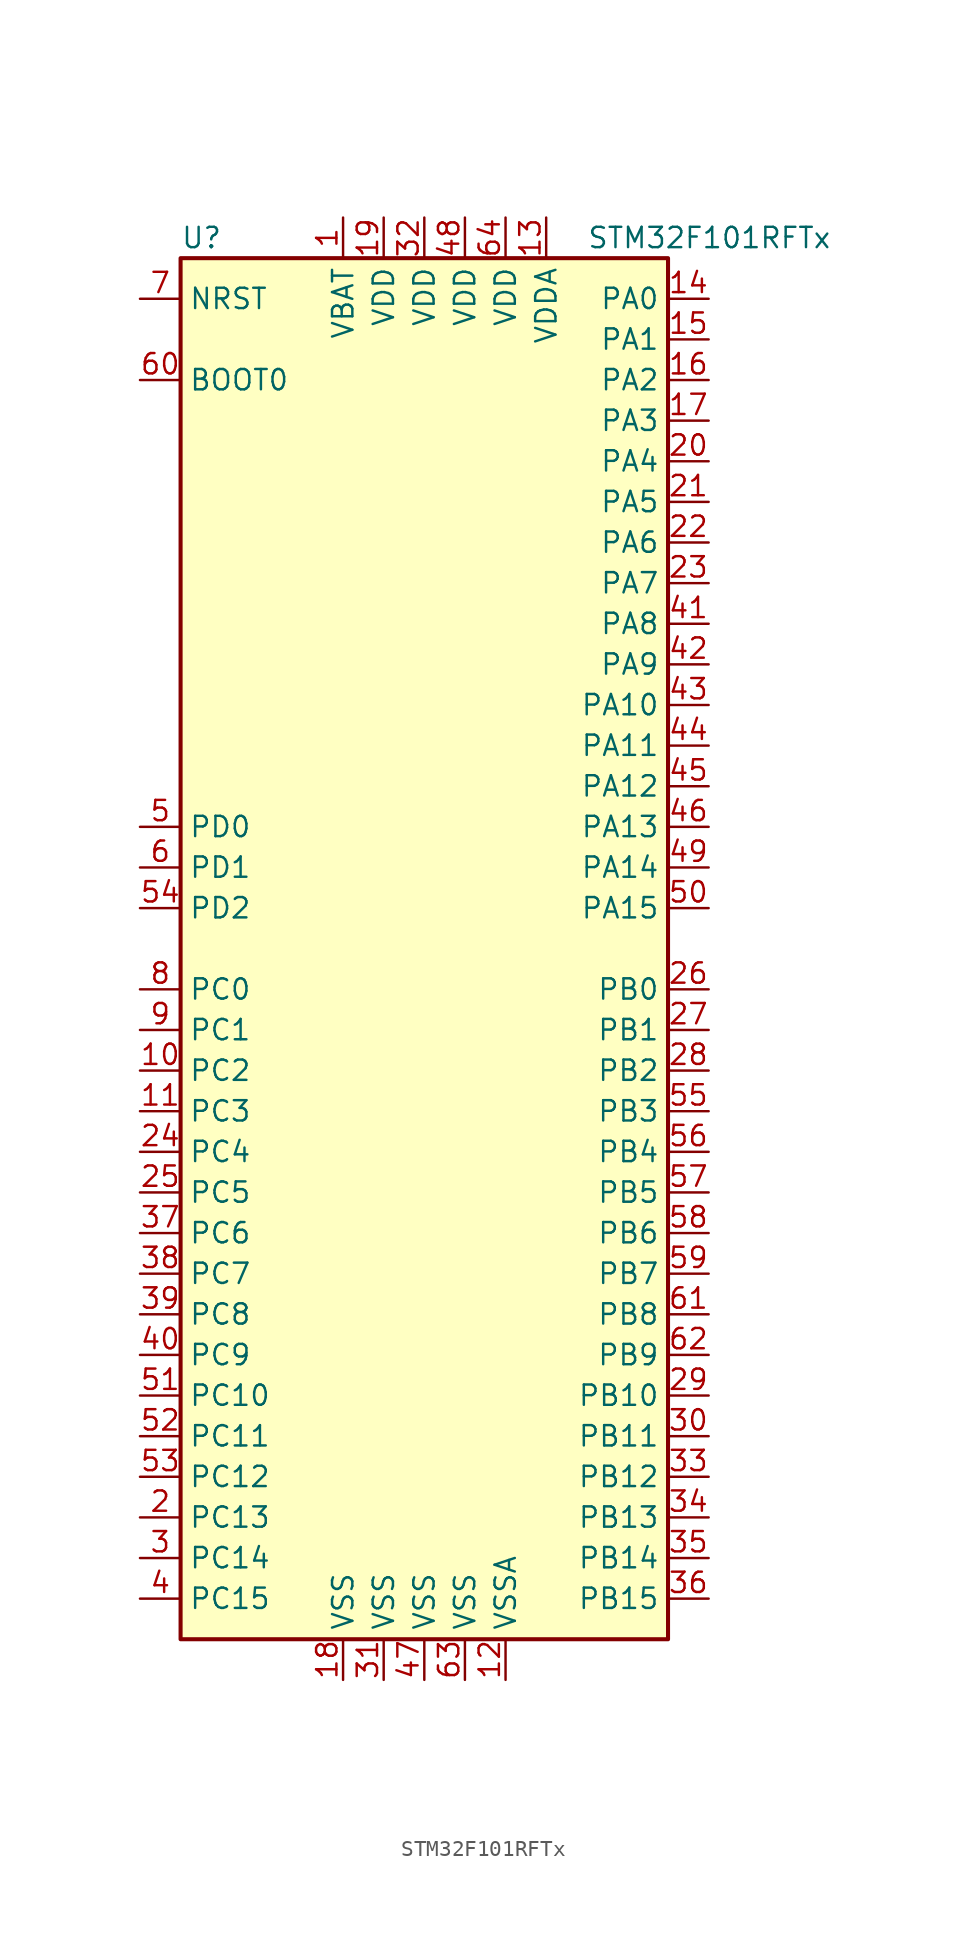
<source format=kicad_sym>
(kicad_symbol_lib
  (version 20201005)
  (generator kicad_symbol_editor)
  (symbol "STM32F101RFTx"
    (property "Reference" "U"
      (at -15.24 44.45 0)
      (effects (font (size 1.27 1.27)) (justify left)))
    (property "Value" "STM32F101RFTx"
      (at 10.16 44.45 0)
      (effects (font (size 1.27 1.27)) (justify left)))
    (symbol "STM32F101RFTx_0_1"
      (rectangle (start -15.24 -43.18) (end 15.24 43.18) (stroke (width 0.254)) (fill (type background))))
    (symbol "STM32F101RFTx_1_1"
      (pin power_in line (at -5.08 45.72 270) (length 2.54) (name "VBAT" (effects (font (size 1.27 1.27)))) (number "1" (effects (font (size 1.27 1.27)))))
      (pin bidirectional line (at -17.78 -7.62 0) (length 2.54) (name "PC2" (effects (font (size 1.27 1.27)))) (number "10" (effects (font (size 1.27 1.27)))))
      (pin bidirectional line (at -17.78 -10.16 0) (length 2.54) (name "PC3" (effects (font (size 1.27 1.27)))) (number "11" (effects (font (size 1.27 1.27)))))
      (pin power_in line (at 5.08 -45.72 90) (length 2.54) (name "VSSA" (effects (font (size 1.27 1.27)))) (number "12" (effects (font (size 1.27 1.27)))))
      (pin power_in line (at 7.62 45.72 270) (length 2.54) (name "VDDA" (effects (font (size 1.27 1.27)))) (number "13" (effects (font (size 1.27 1.27)))))
      (pin bidirectional line (at 17.78 40.64 180) (length 2.54) (name "PA0" (effects (font (size 1.27 1.27)))) (number "14" (effects (font (size 1.27 1.27)))))
      (pin bidirectional line (at 17.78 38.1 180) (length 2.54) (name "PA1" (effects (font (size 1.27 1.27)))) (number "15" (effects (font (size 1.27 1.27)))))
      (pin bidirectional line (at 17.78 35.56 180) (length 2.54) (name "PA2" (effects (font (size 1.27 1.27)))) (number "16" (effects (font (size 1.27 1.27)))))
      (pin bidirectional line (at 17.78 33.02 180) (length 2.54) (name "PA3" (effects (font (size 1.27 1.27)))) (number "17" (effects (font (size 1.27 1.27)))))
      (pin power_in line (at -5.08 -45.72 90) (length 2.54) (name "VSS" (effects (font (size 1.27 1.27)))) (number "18" (effects (font (size 1.27 1.27)))))
      (pin power_in line (at -2.54 45.72 270) (length 2.54) (name "VDD" (effects (font (size 1.27 1.27)))) (number "19" (effects (font (size 1.27 1.27)))))
      (pin bidirectional line (at -17.78 -35.56 0) (length 2.54) (name "PC13" (effects (font (size 1.27 1.27)))) (number "2" (effects (font (size 1.27 1.27)))))
      (pin bidirectional line (at 17.78 30.48 180) (length 2.54) (name "PA4" (effects (font (size 1.27 1.27)))) (number "20" (effects (font (size 1.27 1.27)))))
      (pin bidirectional line (at 17.78 27.94 180) (length 2.54) (name "PA5" (effects (font (size 1.27 1.27)))) (number "21" (effects (font (size 1.27 1.27)))))
      (pin bidirectional line (at 17.78 25.4 180) (length 2.54) (name "PA6" (effects (font (size 1.27 1.27)))) (number "22" (effects (font (size 1.27 1.27)))))
      (pin bidirectional line (at 17.78 22.86 180) (length 2.54) (name "PA7" (effects (font (size 1.27 1.27)))) (number "23" (effects (font (size 1.27 1.27)))))
      (pin bidirectional line (at -17.78 -12.7 0) (length 2.54) (name "PC4" (effects (font (size 1.27 1.27)))) (number "24" (effects (font (size 1.27 1.27)))))
      (pin bidirectional line (at -17.78 -15.24 0) (length 2.54) (name "PC5" (effects (font (size 1.27 1.27)))) (number "25" (effects (font (size 1.27 1.27)))))
      (pin bidirectional line (at 17.78 -2.54 180) (length 2.54) (name "PB0" (effects (font (size 1.27 1.27)))) (number "26" (effects (font (size 1.27 1.27)))))
      (pin bidirectional line (at 17.78 -5.08 180) (length 2.54) (name "PB1" (effects (font (size 1.27 1.27)))) (number "27" (effects (font (size 1.27 1.27)))))
      (pin bidirectional line (at 17.78 -7.62 180) (length 2.54) (name "PB2" (effects (font (size 1.27 1.27)))) (number "28" (effects (font (size 1.27 1.27)))))
      (pin bidirectional line (at 17.78 -27.94 180) (length 2.54) (name "PB10" (effects (font (size 1.27 1.27)))) (number "29" (effects (font (size 1.27 1.27)))))
      (pin bidirectional line (at -17.78 -38.1 0) (length 2.54) (name "PC14" (effects (font (size 1.27 1.27)))) (number "3" (effects (font (size 1.27 1.27)))))
      (pin bidirectional line (at 17.78 -30.48 180) (length 2.54) (name "PB11" (effects (font (size 1.27 1.27)))) (number "30" (effects (font (size 1.27 1.27)))))
      (pin power_in line (at -2.54 -45.72 90) (length 2.54) (name "VSS" (effects (font (size 1.27 1.27)))) (number "31" (effects (font (size 1.27 1.27)))))
      (pin power_in line (at 0 45.72 270) (length 2.54) (name "VDD" (effects (font (size 1.27 1.27)))) (number "32" (effects (font (size 1.27 1.27)))))
      (pin bidirectional line (at 17.78 -33.02 180) (length 2.54) (name "PB12" (effects (font (size 1.27 1.27)))) (number "33" (effects (font (size 1.27 1.27)))))
      (pin bidirectional line (at 17.78 -35.56 180) (length 2.54) (name "PB13" (effects (font (size 1.27 1.27)))) (number "34" (effects (font (size 1.27 1.27)))))
      (pin bidirectional line (at 17.78 -38.1 180) (length 2.54) (name "PB14" (effects (font (size 1.27 1.27)))) (number "35" (effects (font (size 1.27 1.27)))))
      (pin bidirectional line (at 17.78 -40.64 180) (length 2.54) (name "PB15" (effects (font (size 1.27 1.27)))) (number "36" (effects (font (size 1.27 1.27)))))
      (pin bidirectional line (at -17.78 -17.78 0) (length 2.54) (name "PC6" (effects (font (size 1.27 1.27)))) (number "37" (effects (font (size 1.27 1.27)))))
      (pin bidirectional line (at -17.78 -20.32 0) (length 2.54) (name "PC7" (effects (font (size 1.27 1.27)))) (number "38" (effects (font (size 1.27 1.27)))))
      (pin bidirectional line (at -17.78 -22.86 0) (length 2.54) (name "PC8" (effects (font (size 1.27 1.27)))) (number "39" (effects (font (size 1.27 1.27)))))
      (pin bidirectional line (at -17.78 -40.64 0) (length 2.54) (name "PC15" (effects (font (size 1.27 1.27)))) (number "4" (effects (font (size 1.27 1.27)))))
      (pin bidirectional line (at -17.78 -25.4 0) (length 2.54) (name "PC9" (effects (font (size 1.27 1.27)))) (number "40" (effects (font (size 1.27 1.27)))))
      (pin bidirectional line (at 17.78 20.32 180) (length 2.54) (name "PA8" (effects (font (size 1.27 1.27)))) (number "41" (effects (font (size 1.27 1.27)))))
      (pin bidirectional line (at 17.78 17.78 180) (length 2.54) (name "PA9" (effects (font (size 1.27 1.27)))) (number "42" (effects (font (size 1.27 1.27)))))
      (pin bidirectional line (at 17.78 15.24 180) (length 2.54) (name "PA10" (effects (font (size 1.27 1.27)))) (number "43" (effects (font (size 1.27 1.27)))))
      (pin bidirectional line (at 17.78 12.7 180) (length 2.54) (name "PA11" (effects (font (size 1.27 1.27)))) (number "44" (effects (font (size 1.27 1.27)))))
      (pin bidirectional line (at 17.78 10.16 180) (length 2.54) (name "PA12" (effects (font (size 1.27 1.27)))) (number "45" (effects (font (size 1.27 1.27)))))
      (pin bidirectional line (at 17.78 7.62 180) (length 2.54) (name "PA13" (effects (font (size 1.27 1.27)))) (number "46" (effects (font (size 1.27 1.27)))))
      (pin power_in line (at 0 -45.72 90) (length 2.54) (name "VSS" (effects (font (size 1.27 1.27)))) (number "47" (effects (font (size 1.27 1.27)))))
      (pin power_in line (at 2.54 45.72 270) (length 2.54) (name "VDD" (effects (font (size 1.27 1.27)))) (number "48" (effects (font (size 1.27 1.27)))))
      (pin bidirectional line (at 17.78 5.08 180) (length 2.54) (name "PA14" (effects (font (size 1.27 1.27)))) (number "49" (effects (font (size 1.27 1.27)))))
      (pin input line (at -17.78 7.62 0) (length 2.54) (name "PD0" (effects (font (size 1.27 1.27)))) (number "5" (effects (font (size 1.27 1.27)))))
      (pin bidirectional line (at 17.78 2.54 180) (length 2.54) (name "PA15" (effects (font (size 1.27 1.27)))) (number "50" (effects (font (size 1.27 1.27)))))
      (pin bidirectional line (at -17.78 -27.94 0) (length 2.54) (name "PC10" (effects (font (size 1.27 1.27)))) (number "51" (effects (font (size 1.27 1.27)))))
      (pin bidirectional line (at -17.78 -30.48 0) (length 2.54) (name "PC11" (effects (font (size 1.27 1.27)))) (number "52" (effects (font (size 1.27 1.27)))))
      (pin bidirectional line (at -17.78 -33.02 0) (length 2.54) (name "PC12" (effects (font (size 1.27 1.27)))) (number "53" (effects (font (size 1.27 1.27)))))
      (pin bidirectional line (at -17.78 2.54 0) (length 2.54) (name "PD2" (effects (font (size 1.27 1.27)))) (number "54" (effects (font (size 1.27 1.27)))))
      (pin bidirectional line (at 17.78 -10.16 180) (length 2.54) (name "PB3" (effects (font (size 1.27 1.27)))) (number "55" (effects (font (size 1.27 1.27)))))
      (pin bidirectional line (at 17.78 -12.7 180) (length 2.54) (name "PB4" (effects (font (size 1.27 1.27)))) (number "56" (effects (font (size 1.27 1.27)))))
      (pin bidirectional line (at 17.78 -15.24 180) (length 2.54) (name "PB5" (effects (font (size 1.27 1.27)))) (number "57" (effects (font (size 1.27 1.27)))))
      (pin bidirectional line (at 17.78 -17.78 180) (length 2.54) (name "PB6" (effects (font (size 1.27 1.27)))) (number "58" (effects (font (size 1.27 1.27)))))
      (pin bidirectional line (at 17.78 -20.32 180) (length 2.54) (name "PB7" (effects (font (size 1.27 1.27)))) (number "59" (effects (font (size 1.27 1.27)))))
      (pin input line (at -17.78 5.08 0) (length 2.54) (name "PD1" (effects (font (size 1.27 1.27)))) (number "6" (effects (font (size 1.27 1.27)))))
      (pin input line (at -17.78 35.56 0) (length 2.54) (name "BOOT0" (effects (font (size 1.27 1.27)))) (number "60" (effects (font (size 1.27 1.27)))))
      (pin bidirectional line (at 17.78 -22.86 180) (length 2.54) (name "PB8" (effects (font (size 1.27 1.27)))) (number "61" (effects (font (size 1.27 1.27)))))
      (pin bidirectional line (at 17.78 -25.4 180) (length 2.54) (name "PB9" (effects (font (size 1.27 1.27)))) (number "62" (effects (font (size 1.27 1.27)))))
      (pin power_in line (at 2.54 -45.72 90) (length 2.54) (name "VSS" (effects (font (size 1.27 1.27)))) (number "63" (effects (font (size 1.27 1.27)))))
      (pin power_in line (at 5.08 45.72 270) (length 2.54) (name "VDD" (effects (font (size 1.27 1.27)))) (number "64" (effects (font (size 1.27 1.27)))))
      (pin input line (at -17.78 40.64 0) (length 2.54) (name "NRST" (effects (font (size 1.27 1.27)))) (number "7" (effects (font (size 1.27 1.27)))))
      (pin bidirectional line (at -17.78 -2.54 0) (length 2.54) (name "PC0" (effects (font (size 1.27 1.27)))) (number "8" (effects (font (size 1.27 1.27)))))
      (pin bidirectional line (at -17.78 -5.08 0) (length 2.54) (name "PC1" (effects (font (size 1.27 1.27)))) (number "9" (effects (font (size 1.27 1.27))))))))
</source>
